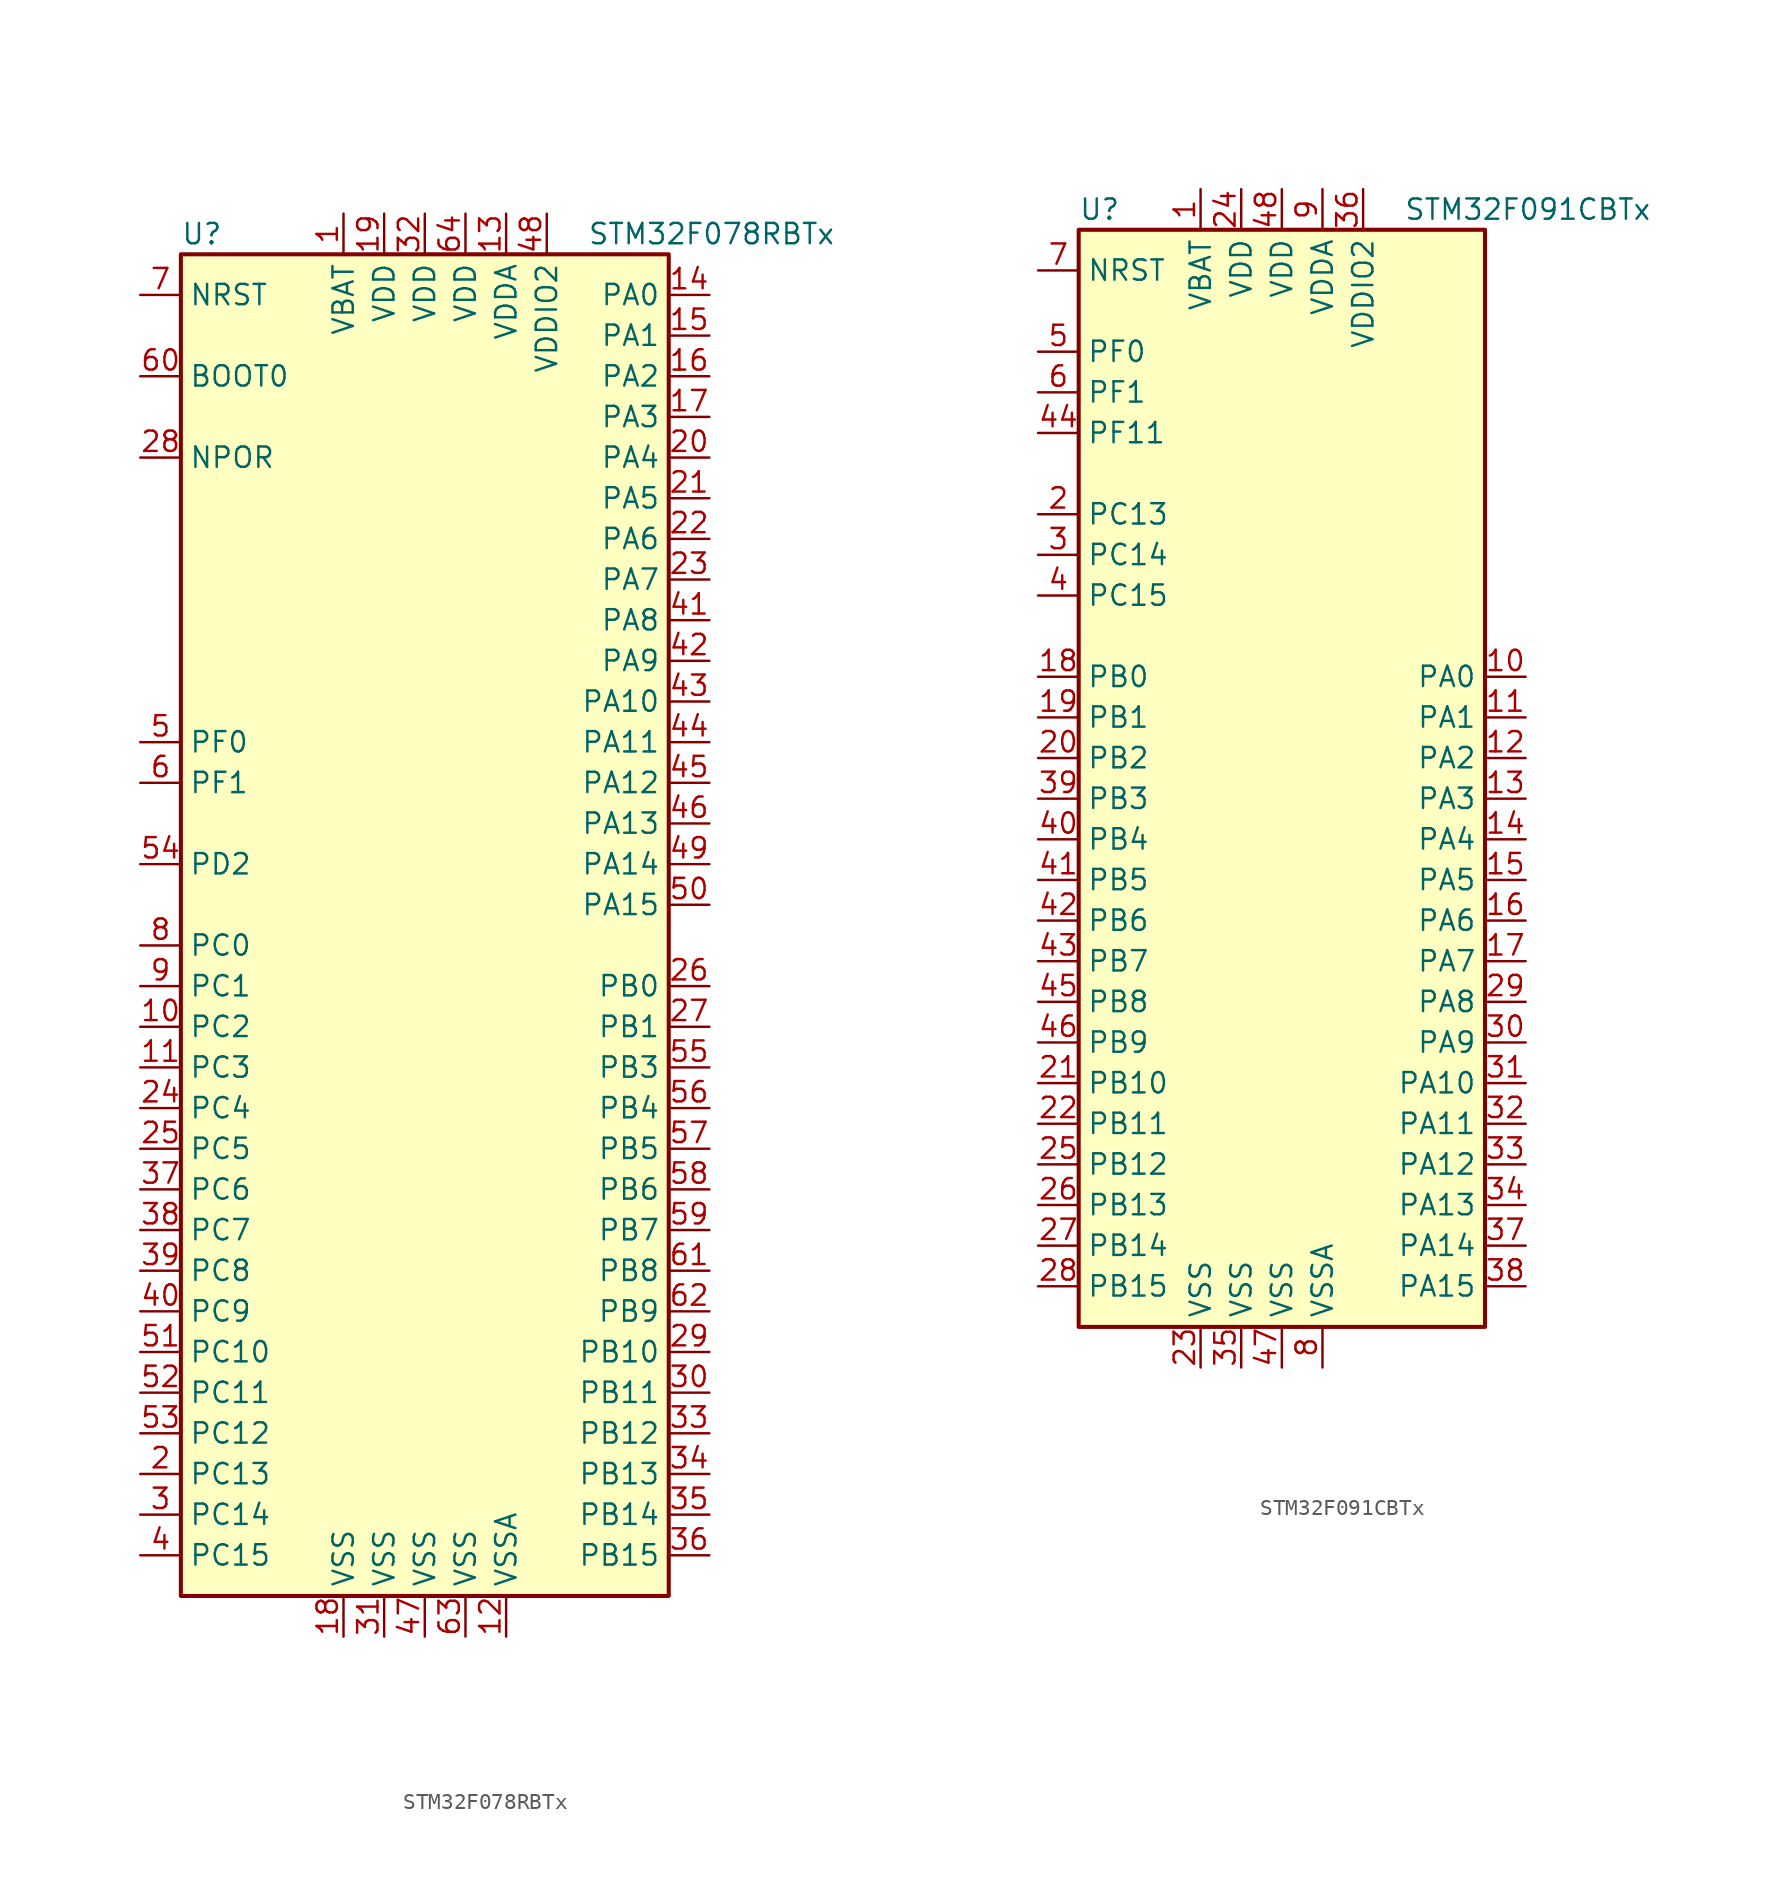
<source format=kicad_sym>
(kicad_symbol_lib
  (version 20201005)
  (generator kicad_symbol_editor)
  (symbol "STM32F078RBTx"
    (property "Reference" "U"
      (at -15.24 41.91 0)
      (effects (font (size 1.27 1.27)) (justify left)))
    (property "Value" "STM32F078RBTx"
      (at 10.16 41.91 0)
      (effects (font (size 1.27 1.27)) (justify left)))
    (symbol "STM32F078RBTx_0_1"
      (rectangle (start -15.24 -43.18) (end 15.24 40.64) (stroke (width 0.254)) (fill (type background))))
    (symbol "STM32F078RBTx_1_1"
      (pin power_in line (at -5.08 43.18 270) (length 2.54) (name "VBAT" (effects (font (size 1.27 1.27)))) (number "1" (effects (font (size 1.27 1.27)))))
      (pin bidirectional line (at -17.78 -7.62 0) (length 2.54) (name "PC2" (effects (font (size 1.27 1.27)))) (number "10" (effects (font (size 1.27 1.27)))))
      (pin bidirectional line (at -17.78 -10.16 0) (length 2.54) (name "PC3" (effects (font (size 1.27 1.27)))) (number "11" (effects (font (size 1.27 1.27)))))
      (pin power_in line (at 5.08 -45.72 90) (length 2.54) (name "VSSA" (effects (font (size 1.27 1.27)))) (number "12" (effects (font (size 1.27 1.27)))))
      (pin power_in line (at 5.08 43.18 270) (length 2.54) (name "VDDA" (effects (font (size 1.27 1.27)))) (number "13" (effects (font (size 1.27 1.27)))))
      (pin bidirectional line (at 17.78 38.1 180) (length 2.54) (name "PA0" (effects (font (size 1.27 1.27)))) (number "14" (effects (font (size 1.27 1.27)))))
      (pin bidirectional line (at 17.78 35.56 180) (length 2.54) (name "PA1" (effects (font (size 1.27 1.27)))) (number "15" (effects (font (size 1.27 1.27)))))
      (pin bidirectional line (at 17.78 33.02 180) (length 2.54) (name "PA2" (effects (font (size 1.27 1.27)))) (number "16" (effects (font (size 1.27 1.27)))))
      (pin bidirectional line (at 17.78 30.48 180) (length 2.54) (name "PA3" (effects (font (size 1.27 1.27)))) (number "17" (effects (font (size 1.27 1.27)))))
      (pin power_in line (at -5.08 -45.72 90) (length 2.54) (name "VSS" (effects (font (size 1.27 1.27)))) (number "18" (effects (font (size 1.27 1.27)))))
      (pin power_in line (at -2.54 43.18 270) (length 2.54) (name "VDD" (effects (font (size 1.27 1.27)))) (number "19" (effects (font (size 1.27 1.27)))))
      (pin bidirectional line (at -17.78 -35.56 0) (length 2.54) (name "PC13" (effects (font (size 1.27 1.27)))) (number "2" (effects (font (size 1.27 1.27)))))
      (pin bidirectional line (at 17.78 27.94 180) (length 2.54) (name "PA4" (effects (font (size 1.27 1.27)))) (number "20" (effects (font (size 1.27 1.27)))))
      (pin bidirectional line (at 17.78 25.4 180) (length 2.54) (name "PA5" (effects (font (size 1.27 1.27)))) (number "21" (effects (font (size 1.27 1.27)))))
      (pin bidirectional line (at 17.78 22.86 180) (length 2.54) (name "PA6" (effects (font (size 1.27 1.27)))) (number "22" (effects (font (size 1.27 1.27)))))
      (pin bidirectional line (at 17.78 20.32 180) (length 2.54) (name "PA7" (effects (font (size 1.27 1.27)))) (number "23" (effects (font (size 1.27 1.27)))))
      (pin bidirectional line (at -17.78 -12.7 0) (length 2.54) (name "PC4" (effects (font (size 1.27 1.27)))) (number "24" (effects (font (size 1.27 1.27)))))
      (pin bidirectional line (at -17.78 -15.24 0) (length 2.54) (name "PC5" (effects (font (size 1.27 1.27)))) (number "25" (effects (font (size 1.27 1.27)))))
      (pin bidirectional line (at 17.78 -5.08 180) (length 2.54) (name "PB0" (effects (font (size 1.27 1.27)))) (number "26" (effects (font (size 1.27 1.27)))))
      (pin bidirectional line (at 17.78 -7.62 180) (length 2.54) (name "PB1" (effects (font (size 1.27 1.27)))) (number "27" (effects (font (size 1.27 1.27)))))
      (pin power_in line (at -17.78 27.94 0) (length 2.54) (name "NPOR" (effects (font (size 1.27 1.27)))) (number "28" (effects (font (size 1.27 1.27)))))
      (pin bidirectional line (at 17.78 -27.94 180) (length 2.54) (name "PB10" (effects (font (size 1.27 1.27)))) (number "29" (effects (font (size 1.27 1.27)))))
      (pin bidirectional line (at -17.78 -38.1 0) (length 2.54) (name "PC14" (effects (font (size 1.27 1.27)))) (number "3" (effects (font (size 1.27 1.27)))))
      (pin bidirectional line (at 17.78 -30.48 180) (length 2.54) (name "PB11" (effects (font (size 1.27 1.27)))) (number "30" (effects (font (size 1.27 1.27)))))
      (pin power_in line (at -2.54 -45.72 90) (length 2.54) (name "VSS" (effects (font (size 1.27 1.27)))) (number "31" (effects (font (size 1.27 1.27)))))
      (pin power_in line (at 0 43.18 270) (length 2.54) (name "VDD" (effects (font (size 1.27 1.27)))) (number "32" (effects (font (size 1.27 1.27)))))
      (pin bidirectional line (at 17.78 -33.02 180) (length 2.54) (name "PB12" (effects (font (size 1.27 1.27)))) (number "33" (effects (font (size 1.27 1.27)))))
      (pin bidirectional line (at 17.78 -35.56 180) (length 2.54) (name "PB13" (effects (font (size 1.27 1.27)))) (number "34" (effects (font (size 1.27 1.27)))))
      (pin bidirectional line (at 17.78 -38.1 180) (length 2.54) (name "PB14" (effects (font (size 1.27 1.27)))) (number "35" (effects (font (size 1.27 1.27)))))
      (pin bidirectional line (at 17.78 -40.64 180) (length 2.54) (name "PB15" (effects (font (size 1.27 1.27)))) (number "36" (effects (font (size 1.27 1.27)))))
      (pin bidirectional line (at -17.78 -17.78 0) (length 2.54) (name "PC6" (effects (font (size 1.27 1.27)))) (number "37" (effects (font (size 1.27 1.27)))))
      (pin bidirectional line (at -17.78 -20.32 0) (length 2.54) (name "PC7" (effects (font (size 1.27 1.27)))) (number "38" (effects (font (size 1.27 1.27)))))
      (pin bidirectional line (at -17.78 -22.86 0) (length 2.54) (name "PC8" (effects (font (size 1.27 1.27)))) (number "39" (effects (font (size 1.27 1.27)))))
      (pin bidirectional line (at -17.78 -40.64 0) (length 2.54) (name "PC15" (effects (font (size 1.27 1.27)))) (number "4" (effects (font (size 1.27 1.27)))))
      (pin bidirectional line (at -17.78 -25.4 0) (length 2.54) (name "PC9" (effects (font (size 1.27 1.27)))) (number "40" (effects (font (size 1.27 1.27)))))
      (pin bidirectional line (at 17.78 17.78 180) (length 2.54) (name "PA8" (effects (font (size 1.27 1.27)))) (number "41" (effects (font (size 1.27 1.27)))))
      (pin bidirectional line (at 17.78 15.24 180) (length 2.54) (name "PA9" (effects (font (size 1.27 1.27)))) (number "42" (effects (font (size 1.27 1.27)))))
      (pin bidirectional line (at 17.78 12.7 180) (length 2.54) (name "PA10" (effects (font (size 1.27 1.27)))) (number "43" (effects (font (size 1.27 1.27)))))
      (pin bidirectional line (at 17.78 10.16 180) (length 2.54) (name "PA11" (effects (font (size 1.27 1.27)))) (number "44" (effects (font (size 1.27 1.27)))))
      (pin bidirectional line (at 17.78 7.62 180) (length 2.54) (name "PA12" (effects (font (size 1.27 1.27)))) (number "45" (effects (font (size 1.27 1.27)))))
      (pin bidirectional line (at 17.78 5.08 180) (length 2.54) (name "PA13" (effects (font (size 1.27 1.27)))) (number "46" (effects (font (size 1.27 1.27)))))
      (pin power_in line (at 0 -45.72 90) (length 2.54) (name "VSS" (effects (font (size 1.27 1.27)))) (number "47" (effects (font (size 1.27 1.27)))))
      (pin power_in line (at 7.62 43.18 270) (length 2.54) (name "VDDIO2" (effects (font (size 1.27 1.27)))) (number "48" (effects (font (size 1.27 1.27)))))
      (pin bidirectional line (at 17.78 2.54 180) (length 2.54) (name "PA14" (effects (font (size 1.27 1.27)))) (number "49" (effects (font (size 1.27 1.27)))))
      (pin input line (at -17.78 10.16 0) (length 2.54) (name "PF0" (effects (font (size 1.27 1.27)))) (number "5" (effects (font (size 1.27 1.27)))))
      (pin bidirectional line (at 17.78 0 180) (length 2.54) (name "PA15" (effects (font (size 1.27 1.27)))) (number "50" (effects (font (size 1.27 1.27)))))
      (pin bidirectional line (at -17.78 -27.94 0) (length 2.54) (name "PC10" (effects (font (size 1.27 1.27)))) (number "51" (effects (font (size 1.27 1.27)))))
      (pin bidirectional line (at -17.78 -30.48 0) (length 2.54) (name "PC11" (effects (font (size 1.27 1.27)))) (number "52" (effects (font (size 1.27 1.27)))))
      (pin bidirectional line (at -17.78 -33.02 0) (length 2.54) (name "PC12" (effects (font (size 1.27 1.27)))) (number "53" (effects (font (size 1.27 1.27)))))
      (pin bidirectional line (at -17.78 2.54 0) (length 2.54) (name "PD2" (effects (font (size 1.27 1.27)))) (number "54" (effects (font (size 1.27 1.27)))))
      (pin bidirectional line (at 17.78 -10.16 180) (length 2.54) (name "PB3" (effects (font (size 1.27 1.27)))) (number "55" (effects (font (size 1.27 1.27)))))
      (pin bidirectional line (at 17.78 -12.7 180) (length 2.54) (name "PB4" (effects (font (size 1.27 1.27)))) (number "56" (effects (font (size 1.27 1.27)))))
      (pin bidirectional line (at 17.78 -15.24 180) (length 2.54) (name "PB5" (effects (font (size 1.27 1.27)))) (number "57" (effects (font (size 1.27 1.27)))))
      (pin bidirectional line (at 17.78 -17.78 180) (length 2.54) (name "PB6" (effects (font (size 1.27 1.27)))) (number "58" (effects (font (size 1.27 1.27)))))
      (pin bidirectional line (at 17.78 -20.32 180) (length 2.54) (name "PB7" (effects (font (size 1.27 1.27)))) (number "59" (effects (font (size 1.27 1.27)))))
      (pin input line (at -17.78 7.62 0) (length 2.54) (name "PF1" (effects (font (size 1.27 1.27)))) (number "6" (effects (font (size 1.27 1.27)))))
      (pin input line (at -17.78 33.02 0) (length 2.54) (name "BOOT0" (effects (font (size 1.27 1.27)))) (number "60" (effects (font (size 1.27 1.27)))))
      (pin bidirectional line (at 17.78 -22.86 180) (length 2.54) (name "PB8" (effects (font (size 1.27 1.27)))) (number "61" (effects (font (size 1.27 1.27)))))
      (pin bidirectional line (at 17.78 -25.4 180) (length 2.54) (name "PB9" (effects (font (size 1.27 1.27)))) (number "62" (effects (font (size 1.27 1.27)))))
      (pin power_in line (at 2.54 -45.72 90) (length 2.54) (name "VSS" (effects (font (size 1.27 1.27)))) (number "63" (effects (font (size 1.27 1.27)))))
      (pin power_in line (at 2.54 43.18 270) (length 2.54) (name "VDD" (effects (font (size 1.27 1.27)))) (number "64" (effects (font (size 1.27 1.27)))))
      (pin input line (at -17.78 38.1 0) (length 2.54) (name "NRST" (effects (font (size 1.27 1.27)))) (number "7" (effects (font (size 1.27 1.27)))))
      (pin bidirectional line (at -17.78 -2.54 0) (length 2.54) (name "PC0" (effects (font (size 1.27 1.27)))) (number "8" (effects (font (size 1.27 1.27)))))
      (pin bidirectional line (at -17.78 -5.08 0) (length 2.54) (name "PC1" (effects (font (size 1.27 1.27)))) (number "9" (effects (font (size 1.27 1.27)))))))
  (symbol "STM32F091CBTx"
    (property "Reference" "U"
      (at -12.7 34.29 0)
      (effects (font (size 1.27 1.27)) (justify left)))
    (property "Value" "STM32F091CBTx"
      (at 7.62 34.29 0)
      (effects (font (size 1.27 1.27)) (justify left)))
    (symbol "STM32F091CBTx_0_1"
      (rectangle (start -12.7 -35.56) (end 12.7 33.02) (stroke (width 0.254)) (fill (type background))))
    (symbol "STM32F091CBTx_1_1"
      (pin power_in line (at -5.08 35.56 270) (length 2.54) (name "VBAT" (effects (font (size 1.27 1.27)))) (number "1" (effects (font (size 1.27 1.27)))))
      (pin bidirectional line (at 15.24 5.08 180) (length 2.54) (name "PA0" (effects (font (size 1.27 1.27)))) (number "10" (effects (font (size 1.27 1.27)))))
      (pin bidirectional line (at 15.24 2.54 180) (length 2.54) (name "PA1" (effects (font (size 1.27 1.27)))) (number "11" (effects (font (size 1.27 1.27)))))
      (pin bidirectional line (at 15.24 0 180) (length 2.54) (name "PA2" (effects (font (size 1.27 1.27)))) (number "12" (effects (font (size 1.27 1.27)))))
      (pin bidirectional line (at 15.24 -2.54 180) (length 2.54) (name "PA3" (effects (font (size 1.27 1.27)))) (number "13" (effects (font (size 1.27 1.27)))))
      (pin bidirectional line (at 15.24 -5.08 180) (length 2.54) (name "PA4" (effects (font (size 1.27 1.27)))) (number "14" (effects (font (size 1.27 1.27)))))
      (pin bidirectional line (at 15.24 -7.62 180) (length 2.54) (name "PA5" (effects (font (size 1.27 1.27)))) (number "15" (effects (font (size 1.27 1.27)))))
      (pin bidirectional line (at 15.24 -10.16 180) (length 2.54) (name "PA6" (effects (font (size 1.27 1.27)))) (number "16" (effects (font (size 1.27 1.27)))))
      (pin bidirectional line (at 15.24 -12.7 180) (length 2.54) (name "PA7" (effects (font (size 1.27 1.27)))) (number "17" (effects (font (size 1.27 1.27)))))
      (pin bidirectional line (at -15.24 5.08 0) (length 2.54) (name "PB0" (effects (font (size 1.27 1.27)))) (number "18" (effects (font (size 1.27 1.27)))))
      (pin bidirectional line (at -15.24 2.54 0) (length 2.54) (name "PB1" (effects (font (size 1.27 1.27)))) (number "19" (effects (font (size 1.27 1.27)))))
      (pin bidirectional line (at -15.24 15.24 0) (length 2.54) (name "PC13" (effects (font (size 1.27 1.27)))) (number "2" (effects (font (size 1.27 1.27)))))
      (pin bidirectional line (at -15.24 0 0) (length 2.54) (name "PB2" (effects (font (size 1.27 1.27)))) (number "20" (effects (font (size 1.27 1.27)))))
      (pin bidirectional line (at -15.24 -20.32 0) (length 2.54) (name "PB10" (effects (font (size 1.27 1.27)))) (number "21" (effects (font (size 1.27 1.27)))))
      (pin bidirectional line (at -15.24 -22.86 0) (length 2.54) (name "PB11" (effects (font (size 1.27 1.27)))) (number "22" (effects (font (size 1.27 1.27)))))
      (pin power_in line (at -5.08 -38.1 90) (length 2.54) (name "VSS" (effects (font (size 1.27 1.27)))) (number "23" (effects (font (size 1.27 1.27)))))
      (pin power_in line (at -2.54 35.56 270) (length 2.54) (name "VDD" (effects (font (size 1.27 1.27)))) (number "24" (effects (font (size 1.27 1.27)))))
      (pin bidirectional line (at -15.24 -25.4 0) (length 2.54) (name "PB12" (effects (font (size 1.27 1.27)))) (number "25" (effects (font (size 1.27 1.27)))))
      (pin bidirectional line (at -15.24 -27.94 0) (length 2.54) (name "PB13" (effects (font (size 1.27 1.27)))) (number "26" (effects (font (size 1.27 1.27)))))
      (pin bidirectional line (at -15.24 -30.48 0) (length 2.54) (name "PB14" (effects (font (size 1.27 1.27)))) (number "27" (effects (font (size 1.27 1.27)))))
      (pin bidirectional line (at -15.24 -33.02 0) (length 2.54) (name "PB15" (effects (font (size 1.27 1.27)))) (number "28" (effects (font (size 1.27 1.27)))))
      (pin bidirectional line (at 15.24 -15.24 180) (length 2.54) (name "PA8" (effects (font (size 1.27 1.27)))) (number "29" (effects (font (size 1.27 1.27)))))
      (pin bidirectional line (at -15.24 12.7 0) (length 2.54) (name "PC14" (effects (font (size 1.27 1.27)))) (number "3" (effects (font (size 1.27 1.27)))))
      (pin bidirectional line (at 15.24 -17.78 180) (length 2.54) (name "PA9" (effects (font (size 1.27 1.27)))) (number "30" (effects (font (size 1.27 1.27)))))
      (pin bidirectional line (at 15.24 -20.32 180) (length 2.54) (name "PA10" (effects (font (size 1.27 1.27)))) (number "31" (effects (font (size 1.27 1.27)))))
      (pin bidirectional line (at 15.24 -22.86 180) (length 2.54) (name "PA11" (effects (font (size 1.27 1.27)))) (number "32" (effects (font (size 1.27 1.27)))))
      (pin bidirectional line (at 15.24 -25.4 180) (length 2.54) (name "PA12" (effects (font (size 1.27 1.27)))) (number "33" (effects (font (size 1.27 1.27)))))
      (pin bidirectional line (at 15.24 -27.94 180) (length 2.54) (name "PA13" (effects (font (size 1.27 1.27)))) (number "34" (effects (font (size 1.27 1.27)))))
      (pin power_in line (at -2.54 -38.1 90) (length 2.54) (name "VSS" (effects (font (size 1.27 1.27)))) (number "35" (effects (font (size 1.27 1.27)))))
      (pin power_in line (at 5.08 35.56 270) (length 2.54) (name "VDDIO2" (effects (font (size 1.27 1.27)))) (number "36" (effects (font (size 1.27 1.27)))))
      (pin bidirectional line (at 15.24 -30.48 180) (length 2.54) (name "PA14" (effects (font (size 1.27 1.27)))) (number "37" (effects (font (size 1.27 1.27)))))
      (pin bidirectional line (at 15.24 -33.02 180) (length 2.54) (name "PA15" (effects (font (size 1.27 1.27)))) (number "38" (effects (font (size 1.27 1.27)))))
      (pin bidirectional line (at -15.24 -2.54 0) (length 2.54) (name "PB3" (effects (font (size 1.27 1.27)))) (number "39" (effects (font (size 1.27 1.27)))))
      (pin bidirectional line (at -15.24 10.16 0) (length 2.54) (name "PC15" (effects (font (size 1.27 1.27)))) (number "4" (effects (font (size 1.27 1.27)))))
      (pin bidirectional line (at -15.24 -5.08 0) (length 2.54) (name "PB4" (effects (font (size 1.27 1.27)))) (number "40" (effects (font (size 1.27 1.27)))))
      (pin bidirectional line (at -15.24 -7.62 0) (length 2.54) (name "PB5" (effects (font (size 1.27 1.27)))) (number "41" (effects (font (size 1.27 1.27)))))
      (pin bidirectional line (at -15.24 -10.16 0) (length 2.54) (name "PB6" (effects (font (size 1.27 1.27)))) (number "42" (effects (font (size 1.27 1.27)))))
      (pin bidirectional line (at -15.24 -12.7 0) (length 2.54) (name "PB7" (effects (font (size 1.27 1.27)))) (number "43" (effects (font (size 1.27 1.27)))))
      (pin bidirectional line (at -15.24 20.32 0) (length 2.54) (name "PF11" (effects (font (size 1.27 1.27)))) (number "44" (effects (font (size 1.27 1.27)))))
      (pin bidirectional line (at -15.24 -15.24 0) (length 2.54) (name "PB8" (effects (font (size 1.27 1.27)))) (number "45" (effects (font (size 1.27 1.27)))))
      (pin bidirectional line (at -15.24 -17.78 0) (length 2.54) (name "PB9" (effects (font (size 1.27 1.27)))) (number "46" (effects (font (size 1.27 1.27)))))
      (pin power_in line (at 0 -38.1 90) (length 2.54) (name "VSS" (effects (font (size 1.27 1.27)))) (number "47" (effects (font (size 1.27 1.27)))))
      (pin power_in line (at 0 35.56 270) (length 2.54) (name "VDD" (effects (font (size 1.27 1.27)))) (number "48" (effects (font (size 1.27 1.27)))))
      (pin input line (at -15.24 25.4 0) (length 2.54) (name "PF0" (effects (font (size 1.27 1.27)))) (number "5" (effects (font (size 1.27 1.27)))))
      (pin input line (at -15.24 22.86 0) (length 2.54) (name "PF1" (effects (font (size 1.27 1.27)))) (number "6" (effects (font (size 1.27 1.27)))))
      (pin input line (at -15.24 30.48 0) (length 2.54) (name "NRST" (effects (font (size 1.27 1.27)))) (number "7" (effects (font (size 1.27 1.27)))))
      (pin power_in line (at 2.54 -38.1 90) (length 2.54) (name "VSSA" (effects (font (size 1.27 1.27)))) (number "8" (effects (font (size 1.27 1.27)))))
      (pin power_in line (at 2.54 35.56 270) (length 2.54) (name "VDDA" (effects (font (size 1.27 1.27)))) (number "9" (effects (font (size 1.27 1.27))))))))
</source>
